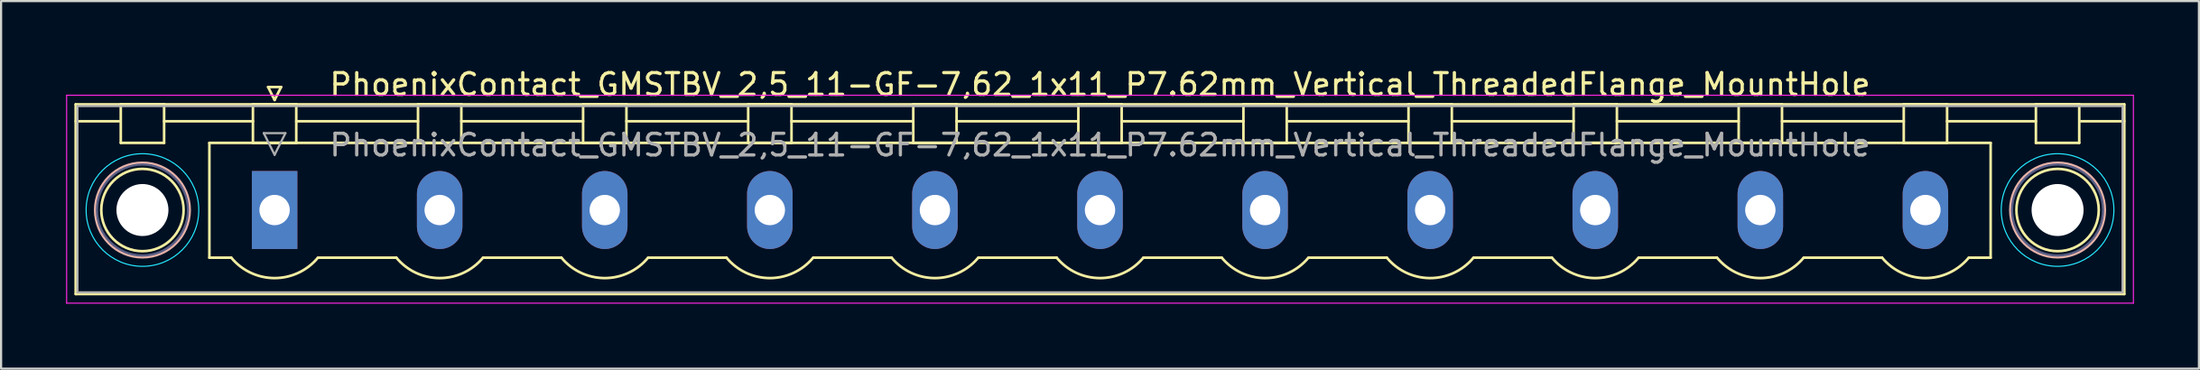
<source format=kicad_pcb>
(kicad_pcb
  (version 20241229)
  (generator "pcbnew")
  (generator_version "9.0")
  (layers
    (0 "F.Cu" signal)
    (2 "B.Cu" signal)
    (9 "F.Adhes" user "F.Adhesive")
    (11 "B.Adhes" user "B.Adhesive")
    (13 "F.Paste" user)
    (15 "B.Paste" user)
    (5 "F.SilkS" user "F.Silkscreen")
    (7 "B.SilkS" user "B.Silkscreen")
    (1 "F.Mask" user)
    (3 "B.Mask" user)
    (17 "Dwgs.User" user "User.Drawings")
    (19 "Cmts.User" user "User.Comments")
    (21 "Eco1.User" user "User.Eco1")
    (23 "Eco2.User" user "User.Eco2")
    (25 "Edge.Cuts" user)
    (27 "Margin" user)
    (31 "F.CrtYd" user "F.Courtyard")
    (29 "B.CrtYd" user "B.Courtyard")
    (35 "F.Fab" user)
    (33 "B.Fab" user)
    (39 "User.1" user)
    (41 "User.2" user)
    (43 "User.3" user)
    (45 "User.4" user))
  (footprint "PhoenixContact_GMSTBV_2,5_11-GF-7,62_1x11_P7.62mm_Vertical_ThreadedFlange_MountHole"
    (layer "F.Cu")
    (at 9.625 6.648)
    (property "Reference" "PhoenixContact_GMSTBV_2,5_11-GF-7,62_1x11_P7.62mm_Vertical_ThreadedFlange_MountHole" (at 38.1 -5.8 0) (layer "F.SilkS") (effects (font (size 1 1) (thickness 0.15))))
    (attr through_hole)
    (fp_line (start -9.18 -4.88) (end -9.18 3.88) (stroke (width 0.12) (type solid)) (layer "F.SilkS"))
    (fp_line (start -9.18 -4.1) (end -7.18 -4.1) (stroke (width 0.12) (type solid)) (layer "F.SilkS"))
    (fp_line (start -9.18 3.88) (end 85.38 3.88) (stroke (width 0.12) (type solid)) (layer "F.SilkS"))
    (fp_line (start -7.1 -4.88) (end -5.1 -4.88) (stroke (width 0.12) (type solid)) (layer "F.SilkS"))
    (fp_line (start -7.1 -3.1) (end -7.1 -4.88) (stroke (width 0.12) (type solid)) (layer "F.SilkS"))
    (fp_line (start -5.1 -4.88) (end -5.1 -3.1) (stroke (width 0.12) (type solid)) (layer "F.SilkS"))
    (fp_line (start -5.1 -4.1) (end -1 -4.1) (stroke (width 0.12) (type solid)) (layer "F.SilkS"))
    (fp_line (start -5.1 -3.1) (end -7.1 -3.1) (stroke (width 0.12) (type solid)) (layer "F.SilkS"))
    (fp_line (start -3.01 -3.1) (end 79.21 -3.1) (stroke (width 0.12) (type solid)) (layer "F.SilkS"))
    (fp_line (start -3.01 2.2) (end -3.01 -3.1) (stroke (width 0.12) (type solid)) (layer "F.SilkS"))
    (fp_line (start -2 2.2) (end -3.01 2.2) (stroke (width 0.12) (type solid)) (layer "F.SilkS"))
    (fp_line (start -1 -4.88) (end 1 -4.88) (stroke (width 0.12) (type solid)) (layer "F.SilkS"))
    (fp_line (start -1 -3.1) (end -1 -4.88) (stroke (width 0.12) (type solid)) (layer "F.SilkS"))
    (fp_line (start -0.3 -5.68) (end 0.3 -5.68) (stroke (width 0.12) (type solid)) (layer "F.SilkS"))
    (fp_line (start 0 -5.08) (end -0.3 -5.68) (stroke (width 0.12) (type solid)) (layer "F.SilkS"))
    (fp_line (start 0.3 -5.68) (end 0 -5.08) (stroke (width 0.12) (type solid)) (layer "F.SilkS"))
    (fp_line (start 1 -4.88) (end 1 -3.1) (stroke (width 0.12) (type solid)) (layer "F.SilkS"))
    (fp_line (start 1 -4.1) (end 6.62 -4.1) (stroke (width 0.12) (type solid)) (layer "F.SilkS"))
    (fp_line (start 1 -3.1) (end -1 -3.1) (stroke (width 0.12) (type solid)) (layer "F.SilkS"))
    (fp_line (start 2 2.2) (end 5.62 2.2) (stroke (width 0.12) (type solid)) (layer "F.SilkS"))
    (fp_line (start 6.62 -4.88) (end 8.62 -4.88) (stroke (width 0.12) (type solid)) (layer "F.SilkS"))
    (fp_line (start 6.62 -3.1) (end 6.62 -4.88) (stroke (width 0.12) (type solid)) (layer "F.SilkS"))
    (fp_line (start 8.62 -4.88) (end 8.62 -3.1) (stroke (width 0.12) (type solid)) (layer "F.SilkS"))
    (fp_line (start 8.62 -4.1) (end 14.24 -4.1) (stroke (width 0.12) (type solid)) (layer "F.SilkS"))
    (fp_line (start 8.62 -3.1) (end 6.62 -3.1) (stroke (width 0.12) (type solid)) (layer "F.SilkS"))
    (fp_line (start 9.62 2.2) (end 13.24 2.2) (stroke (width 0.12) (type solid)) (layer "F.SilkS"))
    (fp_line (start 14.24 -4.88) (end 16.24 -4.88) (stroke (width 0.12) (type solid)) (layer "F.SilkS"))
    (fp_line (start 14.24 -3.1) (end 14.24 -4.88) (stroke (width 0.12) (type solid)) (layer "F.SilkS"))
    (fp_line (start 16.24 -4.88) (end 16.24 -3.1) (stroke (width 0.12) (type solid)) (layer "F.SilkS"))
    (fp_line (start 16.24 -4.1) (end 21.86 -4.1) (stroke (width 0.12) (type solid)) (layer "F.SilkS"))
    (fp_line (start 16.24 -3.1) (end 14.24 -3.1) (stroke (width 0.12) (type solid)) (layer "F.SilkS"))
    (fp_line (start 17.24 2.2) (end 20.86 2.2) (stroke (width 0.12) (type solid)) (layer "F.SilkS"))
    (fp_line (start 21.86 -4.88) (end 23.86 -4.88) (stroke (width 0.12) (type solid)) (layer "F.SilkS"))
    (fp_line (start 21.86 -3.1) (end 21.86 -4.88) (stroke (width 0.12) (type solid)) (layer "F.SilkS"))
    (fp_line (start 23.86 -4.88) (end 23.86 -3.1) (stroke (width 0.12) (type solid)) (layer "F.SilkS"))
    (fp_line (start 23.86 -4.1) (end 29.48 -4.1) (stroke (width 0.12) (type solid)) (layer "F.SilkS"))
    (fp_line (start 23.86 -3.1) (end 21.86 -3.1) (stroke (width 0.12) (type solid)) (layer "F.SilkS"))
    (fp_line (start 24.86 2.2) (end 28.48 2.2) (stroke (width 0.12) (type solid)) (layer "F.SilkS"))
    (fp_line (start 29.48 -4.88) (end 31.48 -4.88) (stroke (width 0.12) (type solid)) (layer "F.SilkS"))
    (fp_line (start 29.48 -3.1) (end 29.48 -4.88) (stroke (width 0.12) (type solid)) (layer "F.SilkS"))
    (fp_line (start 31.48 -4.88) (end 31.48 -3.1) (stroke (width 0.12) (type solid)) (layer "F.SilkS"))
    (fp_line (start 31.48 -4.1) (end 37.1 -4.1) (stroke (width 0.12) (type solid)) (layer "F.SilkS"))
    (fp_line (start 31.48 -3.1) (end 29.48 -3.1) (stroke (width 0.12) (type solid)) (layer "F.SilkS"))
    (fp_line (start 32.48 2.2) (end 36.1 2.2) (stroke (width 0.12) (type solid)) (layer "F.SilkS"))
    (fp_line (start 37.1 -4.88) (end 39.1 -4.88) (stroke (width 0.12) (type solid)) (layer "F.SilkS"))
    (fp_line (start 37.1 -3.1) (end 37.1 -4.88) (stroke (width 0.12) (type solid)) (layer "F.SilkS"))
    (fp_line (start 39.1 -4.88) (end 39.1 -3.1) (stroke (width 0.12) (type solid)) (layer "F.SilkS"))
    (fp_line (start 39.1 -4.1) (end 44.72 -4.1) (stroke (width 0.12) (type solid)) (layer "F.SilkS"))
    (fp_line (start 39.1 -3.1) (end 37.1 -3.1) (stroke (width 0.12) (type solid)) (layer "F.SilkS"))
    (fp_line (start 40.1 2.2) (end 43.72 2.2) (stroke (width 0.12) (type solid)) (layer "F.SilkS"))
    (fp_line (start 44.72 -4.88) (end 46.72 -4.88) (stroke (width 0.12) (type solid)) (layer "F.SilkS"))
    (fp_line (start 44.72 -3.1) (end 44.72 -4.88) (stroke (width 0.12) (type solid)) (layer "F.SilkS"))
    (fp_line (start 46.72 -4.88) (end 46.72 -3.1) (stroke (width 0.12) (type solid)) (layer "F.SilkS"))
    (fp_line (start 46.72 -4.1) (end 52.34 -4.1) (stroke (width 0.12) (type solid)) (layer "F.SilkS"))
    (fp_line (start 46.72 -3.1) (end 44.72 -3.1) (stroke (width 0.12) (type solid)) (layer "F.SilkS"))
    (fp_line (start 47.72 2.2) (end 51.34 2.2) (stroke (width 0.12) (type solid)) (layer "F.SilkS"))
    (fp_line (start 52.34 -4.88) (end 54.34 -4.88) (stroke (width 0.12) (type solid)) (layer "F.SilkS"))
    (fp_line (start 52.34 -3.1) (end 52.34 -4.88) (stroke (width 0.12) (type solid)) (layer "F.SilkS"))
    (fp_line (start 54.34 -4.88) (end 54.34 -3.1) (stroke (width 0.12) (type solid)) (layer "F.SilkS"))
    (fp_line (start 54.34 -4.1) (end 59.96 -4.1) (stroke (width 0.12) (type solid)) (layer "F.SilkS"))
    (fp_line (start 54.34 -3.1) (end 52.34 -3.1) (stroke (width 0.12) (type solid)) (layer "F.SilkS"))
    (fp_line (start 55.34 2.2) (end 58.96 2.2) (stroke (width 0.12) (type solid)) (layer "F.SilkS"))
    (fp_line (start 59.96 -4.88) (end 61.96 -4.88) (stroke (width 0.12) (type solid)) (layer "F.SilkS"))
    (fp_line (start 59.96 -3.1) (end 59.96 -4.88) (stroke (width 0.12) (type solid)) (layer "F.SilkS"))
    (fp_line (start 61.96 -4.88) (end 61.96 -3.1) (stroke (width 0.12) (type solid)) (layer "F.SilkS"))
    (fp_line (start 61.96 -4.1) (end 67.58 -4.1) (stroke (width 0.12) (type solid)) (layer "F.SilkS"))
    (fp_line (start 61.96 -3.1) (end 59.96 -3.1) (stroke (width 0.12) (type solid)) (layer "F.SilkS"))
    (fp_line (start 62.96 2.2) (end 66.58 2.2) (stroke (width 0.12) (type solid)) (layer "F.SilkS"))
    (fp_line (start 67.58 -4.88) (end 69.58 -4.88) (stroke (width 0.12) (type solid)) (layer "F.SilkS"))
    (fp_line (start 67.58 -3.1) (end 67.58 -4.88) (stroke (width 0.12) (type solid)) (layer "F.SilkS"))
    (fp_line (start 69.58 -4.88) (end 69.58 -3.1) (stroke (width 0.12) (type solid)) (layer "F.SilkS"))
    (fp_line (start 69.58 -4.1) (end 75.2 -4.1) (stroke (width 0.12) (type solid)) (layer "F.SilkS"))
    (fp_line (start 69.58 -3.1) (end 67.58 -3.1) (stroke (width 0.12) (type solid)) (layer "F.SilkS"))
    (fp_line (start 70.58 2.2) (end 74.2 2.2) (stroke (width 0.12) (type solid)) (layer "F.SilkS"))
    (fp_line (start 75.2 -4.88) (end 77.2 -4.88) (stroke (width 0.12) (type solid)) (layer "F.SilkS"))
    (fp_line (start 75.2 -3.1) (end 75.2 -4.88) (stroke (width 0.12) (type solid)) (layer "F.SilkS"))
    (fp_line (start 77.2 -4.88) (end 77.2 -3.1) (stroke (width 0.12) (type solid)) (layer "F.SilkS"))
    (fp_line (start 77.2 -4.1) (end 81.3 -4.1) (stroke (width 0.12) (type solid)) (layer "F.SilkS"))
    (fp_line (start 77.2 -3.1) (end 75.2 -3.1) (stroke (width 0.12) (type solid)) (layer "F.SilkS"))
    (fp_line (start 79.21 -3.1) (end 79.21 2.2) (stroke (width 0.12) (type solid)) (layer "F.SilkS"))
    (fp_line (start 79.21 2.2) (end 78.2 2.2) (stroke (width 0.12) (type solid)) (layer "F.SilkS"))
    (fp_line (start 81.3 -4.88) (end 83.3 -4.88) (stroke (width 0.12) (type solid)) (layer "F.SilkS"))
    (fp_line (start 81.3 -3.1) (end 81.3 -4.88) (stroke (width 0.12) (type solid)) (layer "F.SilkS"))
    (fp_line (start 83.3 -4.88) (end 83.3 -3.1) (stroke (width 0.12) (type solid)) (layer "F.SilkS"))
    (fp_line (start 83.3 -3.1) (end 81.3 -3.1) (stroke (width 0.12) (type solid)) (layer "F.SilkS"))
    (fp_line (start 85.38 -4.88) (end -9.18 -4.88) (stroke (width 0.12) (type solid)) (layer "F.SilkS"))
    (fp_line (start 85.38 -4.1) (end 83.38 -4.1) (stroke (width 0.12) (type solid)) (layer "F.SilkS"))
    (fp_line (start 85.38 3.88) (end 85.38 -4.88) (stroke (width 0.12) (type solid)) (layer "F.SilkS"))
    (fp_arc (start 1.986842 2.215821) (mid -0.010289 3.142758) (end -2 2.2) (stroke (width 0.12) (type solid)) (layer "F.SilkS"))
    (fp_arc (start 9.606842 2.215821) (mid 7.609711 3.142758) (end 5.62 2.2) (stroke (width 0.12) (type solid)) (layer "F.SilkS"))
    (fp_arc (start 17.226842 2.215821) (mid 15.229711 3.142758) (end 13.24 2.2) (stroke (width 0.12) (type solid)) (layer "F.SilkS"))
    (fp_arc (start 24.846842 2.215821) (mid 22.849711 3.142758) (end 20.86 2.2) (stroke (width 0.12) (type solid)) (layer "F.SilkS"))
    (fp_arc (start 32.466842 2.215821) (mid 30.469711 3.142758) (end 28.48 2.2) (stroke (width 0.12) (type solid)) (layer "F.SilkS"))
    (fp_arc (start 40.086842 2.215821) (mid 38.089711 3.142758) (end 36.1 2.2) (stroke (width 0.12) (type solid)) (layer "F.SilkS"))
    (fp_arc (start 47.706842 2.215821) (mid 45.709711 3.142758) (end 43.72 2.2) (stroke (width 0.12) (type solid)) (layer "F.SilkS"))
    (fp_arc (start 55.326842 2.215821) (mid 53.329711 3.142758) (end 51.34 2.2) (stroke (width 0.12) (type solid)) (layer "F.SilkS"))
    (fp_arc (start 62.946842 2.215821) (mid 60.949711 3.142758) (end 58.96 2.2) (stroke (width 0.12) (type solid)) (layer "F.SilkS"))
    (fp_arc (start 70.566842 2.215821) (mid 68.569711 3.142758) (end 66.58 2.2) (stroke (width 0.12) (type solid)) (layer "F.SilkS"))
    (fp_arc (start 78.186842 2.215821) (mid 76.189711 3.142758) (end 74.2 2.2) (stroke (width 0.12) (type solid)) (layer "F.SilkS"))
    (fp_circle (center -6.1 0) (end -4.2 0) (stroke (width 0.12) (type solid)) (fill no) (layer "F.SilkS"))
    (fp_circle (center 82.3 0) (end 84.2 0) (stroke (width 0.12) (type solid)) (fill no) (layer "F.SilkS"))
    (fp_circle (center -6.1 0) (end -3.92 0) (stroke (width 0.12) (type solid)) (fill no) (layer "B.SilkS"))
    (fp_circle (center 82.3 0) (end 84.48 0) (stroke (width 0.12) (type solid)) (fill no) (layer "B.SilkS"))
    (fp_circle (center -6.1 0) (end -3.5 0) (stroke (width 0.05) (type solid)) (fill no) (layer "B.CrtYd"))
    (fp_circle (center 82.3 0) (end 84.9 0) (stroke (width 0.05) (type solid)) (fill no) (layer "B.CrtYd"))
    (fp_line (start -9.6 -5.3) (end -9.6 4.3) (stroke (width 0.05) (type solid)) (layer "F.CrtYd"))
    (fp_line (start -9.6 4.3) (end 85.8 4.3) (stroke (width 0.05) (type solid)) (layer "F.CrtYd"))
    (fp_line (start 85.8 -5.3) (end -9.6 -5.3) (stroke (width 0.05) (type solid)) (layer "F.CrtYd"))
    (fp_line (start 85.8 4.3) (end 85.8 -5.3) (stroke (width 0.05) (type solid)) (layer "F.CrtYd"))
    (fp_circle (center -6.1 0) (end -4 0) (stroke (width 0.1) (type solid)) (fill no) (layer "B.Fab"))
    (fp_circle (center 82.3 0) (end 84.4 0) (stroke (width 0.1) (type solid)) (fill no) (layer "B.Fab"))
    (fp_line (start -9.1 -4.8) (end -9.1 3.8) (stroke (width 0.1) (type solid)) (layer "F.Fab"))
    (fp_line (start -9.1 3.8) (end 85.3 3.8) (stroke (width 0.1) (type solid)) (layer "F.Fab"))
    (fp_line (start -0.5 -3.55) (end 0.5 -3.55) (stroke (width 0.1) (type solid)) (layer "F.Fab"))
    (fp_line (start 0 -2.55) (end -0.5 -3.55) (stroke (width 0.1) (type solid)) (layer "F.Fab"))
    (fp_line (start 0.5 -3.55) (end 0 -2.55) (stroke (width 0.1) (type solid)) (layer "F.Fab"))
    (fp_line (start 85.3 -4.8) (end -9.1 -4.8) (stroke (width 0.1) (type solid)) (layer "F.Fab"))
    (fp_line (start 85.3 3.8) (end 85.3 -4.8) (stroke (width 0.1) (type solid)) (layer "F.Fab"))
    (fp_text user "${REFERENCE}" (at 38.1 -3 0) (layer "F.Fab") (effects (font (size 1 1) (thickness 0.15))))
    (pad "" np_thru_hole circle (at -6.1 0) (size 2.4 2.4) (drill 2.4) (layers "*.Cu" "*.Mask"))
    (pad "" np_thru_hole circle (at 82.3 0) (size 2.4 2.4) (drill 2.4) (layers "*.Cu" "*.Mask"))
    (pad "1" thru_hole rect (at 0 0) (size 2.1 3.6) (drill 1.4) (layers "*.Cu" "*.Mask"))
    (pad "2" thru_hole oval (at 7.62 0) (size 2.1 3.6) (drill 1.4) (layers "*.Cu" "*.Mask"))
    (pad "3" thru_hole oval (at 15.24 0) (size 2.1 3.6) (drill 1.4) (layers "*.Cu" "*.Mask"))
    (pad "4" thru_hole oval (at 22.86 0) (size 2.1 3.6) (drill 1.4) (layers "*.Cu" "*.Mask"))
    (pad "5" thru_hole oval (at 30.48 0) (size 2.1 3.6) (drill 1.4) (layers "*.Cu" "*.Mask"))
    (pad "6" thru_hole oval (at 38.1 0) (size 2.1 3.6) (drill 1.4) (layers "*.Cu" "*.Mask"))
    (pad "7" thru_hole oval (at 45.72 0) (size 2.1 3.6) (drill 1.4) (layers "*.Cu" "*.Mask"))
    (pad "8" thru_hole oval (at 53.34 0) (size 2.1 3.6) (drill 1.4) (layers "*.Cu" "*.Mask"))
    (pad "9" thru_hole oval (at 60.96 0) (size 2.1 3.6) (drill 1.4) (layers "*.Cu" "*.Mask"))
    (pad "10" thru_hole oval (at 68.58 0) (size 2.1 3.6) (drill 1.4) (layers "*.Cu" "*.Mask"))
    (pad "11" thru_hole oval (at 76.2 0) (size 2.1 3.6) (drill 1.4) (layers "*.Cu" "*.Mask")))
  (gr_rect
    (start -3 -3)
    (end 98.45 13.973)
    (stroke (width 0.1) (type default))
    (fill no)
    (layer "Edge.Cuts")))
</source>
